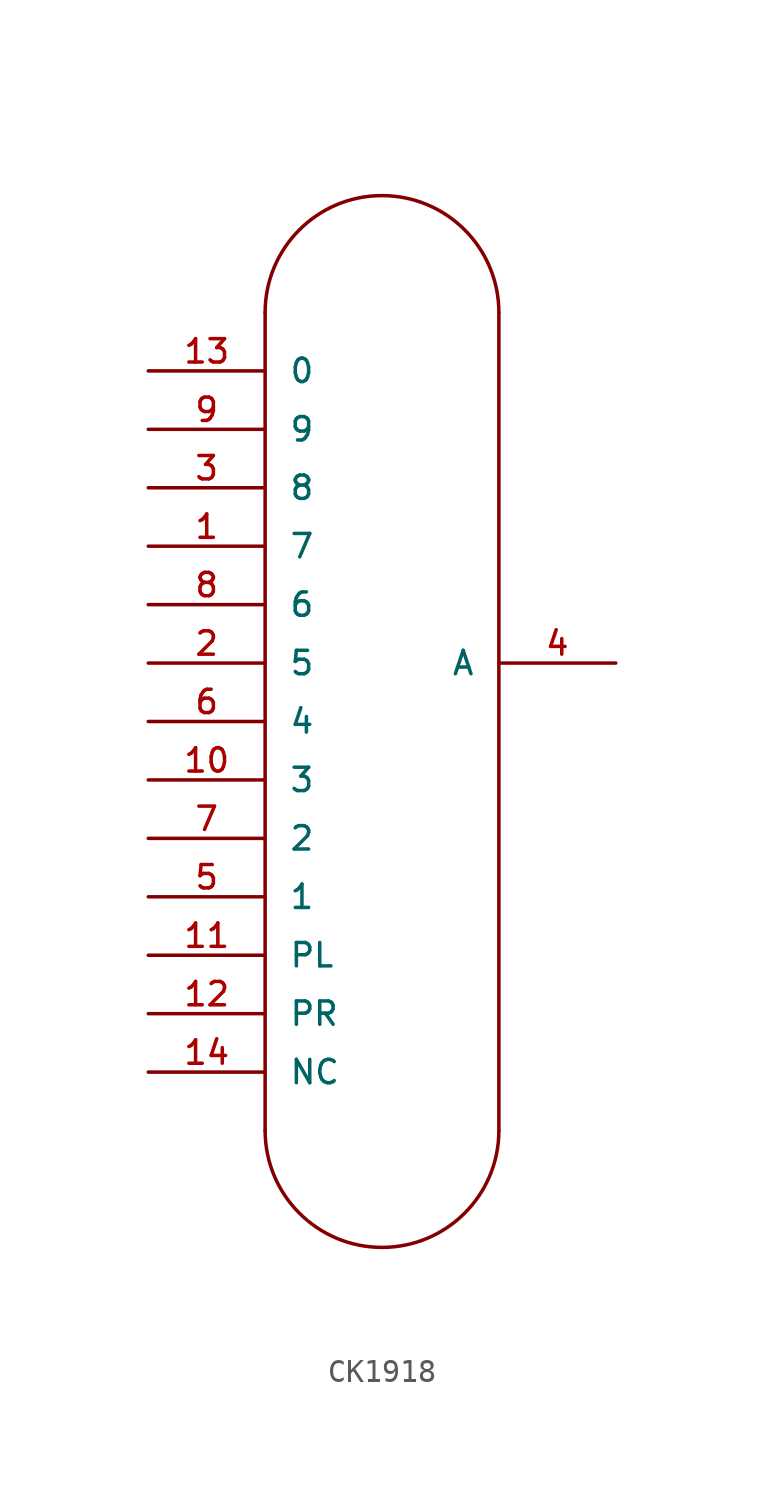
<source format=kicad_sym>
(kicad_symbol_lib
  (version 20241209)
  (generator "kicad_symbol_editor")
  (generator_version "9.0")
  (symbol "CK1918"
    (pin_names
      (offset 1.016))
    (property "Reference" "U"
      (at 0 0 0)
      (effects (font (size 1.143 1.143)) (hide yes)))
    (property "ki_locked" ""
      (at 0 0 0)
      (effects (font (size 1.27 1.27))))
    (symbol "CK1918_1_0"
      (polyline (pts (xy -5.08 17.78) (xy -5.08 -17.78)) (stroke (width 0) (type default)) (fill (type none)))
      (polyline (pts (xy 5.08 17.78) (xy 5.08 -17.78)) (stroke (width 0) (type default)) (fill (type none))))
    (symbol "CK1918_1_1"
      (arc (start -5.08 17.78) (mid 0 22.8378) (end 5.08 17.78) (stroke (width 0) (type default)) (fill (type none)))
      (arc (start 5.08 -17.78) (mid 0 -22.8378) (end -5.08 -17.78) (stroke (width 0) (type default)) (fill (type none)))
      (pin passive line (at -10.16 15.24 0) (length 5.08) (name "0" (effects (font (size 1.016 1.016)))) (number "13" (effects (font (size 1.016 1.016)))))
      (pin passive line (at -10.16 12.7 0) (length 5.08) (name "9" (effects (font (size 1.016 1.016)))) (number "9" (effects (font (size 1.016 1.016)))))
      (pin passive line (at -10.16 10.16 0) (length 5.08) (name "8" (effects (font (size 1.016 1.016)))) (number "3" (effects (font (size 1.016 1.016)))))
      (pin passive line (at -10.16 7.62 0) (length 5.08) (name "7" (effects (font (size 1.016 1.016)))) (number "1" (effects (font (size 1.016 1.016)))))
      (pin passive line (at -10.16 5.08 0) (length 5.08) (name "6" (effects (font (size 1.016 1.016)))) (number "8" (effects (font (size 1.016 1.016)))))
      (pin passive line (at -10.16 2.54 0) (length 5.08) (name "5" (effects (font (size 1.016 1.016)))) (number "2" (effects (font (size 1.016 1.016)))))
      (pin passive line (at -10.16 0 0) (length 5.08) (name "4" (effects (font (size 1.016 1.016)))) (number "6" (effects (font (size 1.016 1.016)))))
      (pin passive line (at -10.16 -2.54 0) (length 5.08) (name "3" (effects (font (size 1.016 1.016)))) (number "10" (effects (font (size 1.016 1.016)))))
      (pin passive line (at -10.16 -5.08 0) (length 5.08) (name "2" (effects (font (size 1.016 1.016)))) (number "7" (effects (font (size 1.016 1.016)))))
      (pin passive line (at -10.16 -7.62 0) (length 5.08) (name "1" (effects (font (size 1.016 1.016)))) (number "5" (effects (font (size 1.016 1.016)))))
      (pin passive line (at -10.16 -10.16 0) (length 5.08) (name "PL" (effects (font (size 1.016 1.016)))) (number "11" (effects (font (size 1.016 1.016)))))
      (pin passive line (at -10.16 -12.7 0) (length 5.08) (name "PR" (effects (font (size 1.016 1.016)))) (number "12" (effects (font (size 1.016 1.016)))))
      (pin unspecified line (at -10.16 -15.24 0) (length 5.08) (name "NC" (effects (font (size 1.016 1.016)))) (number "14" (effects (font (size 1.016 1.016)))))
      (pin passive line (at 10.16 2.54 180) (length 5.08) (name "A" (effects (font (size 1.016 1.016)))) (number "4" (effects (font (size 1.016 1.016))))))))
</source>
